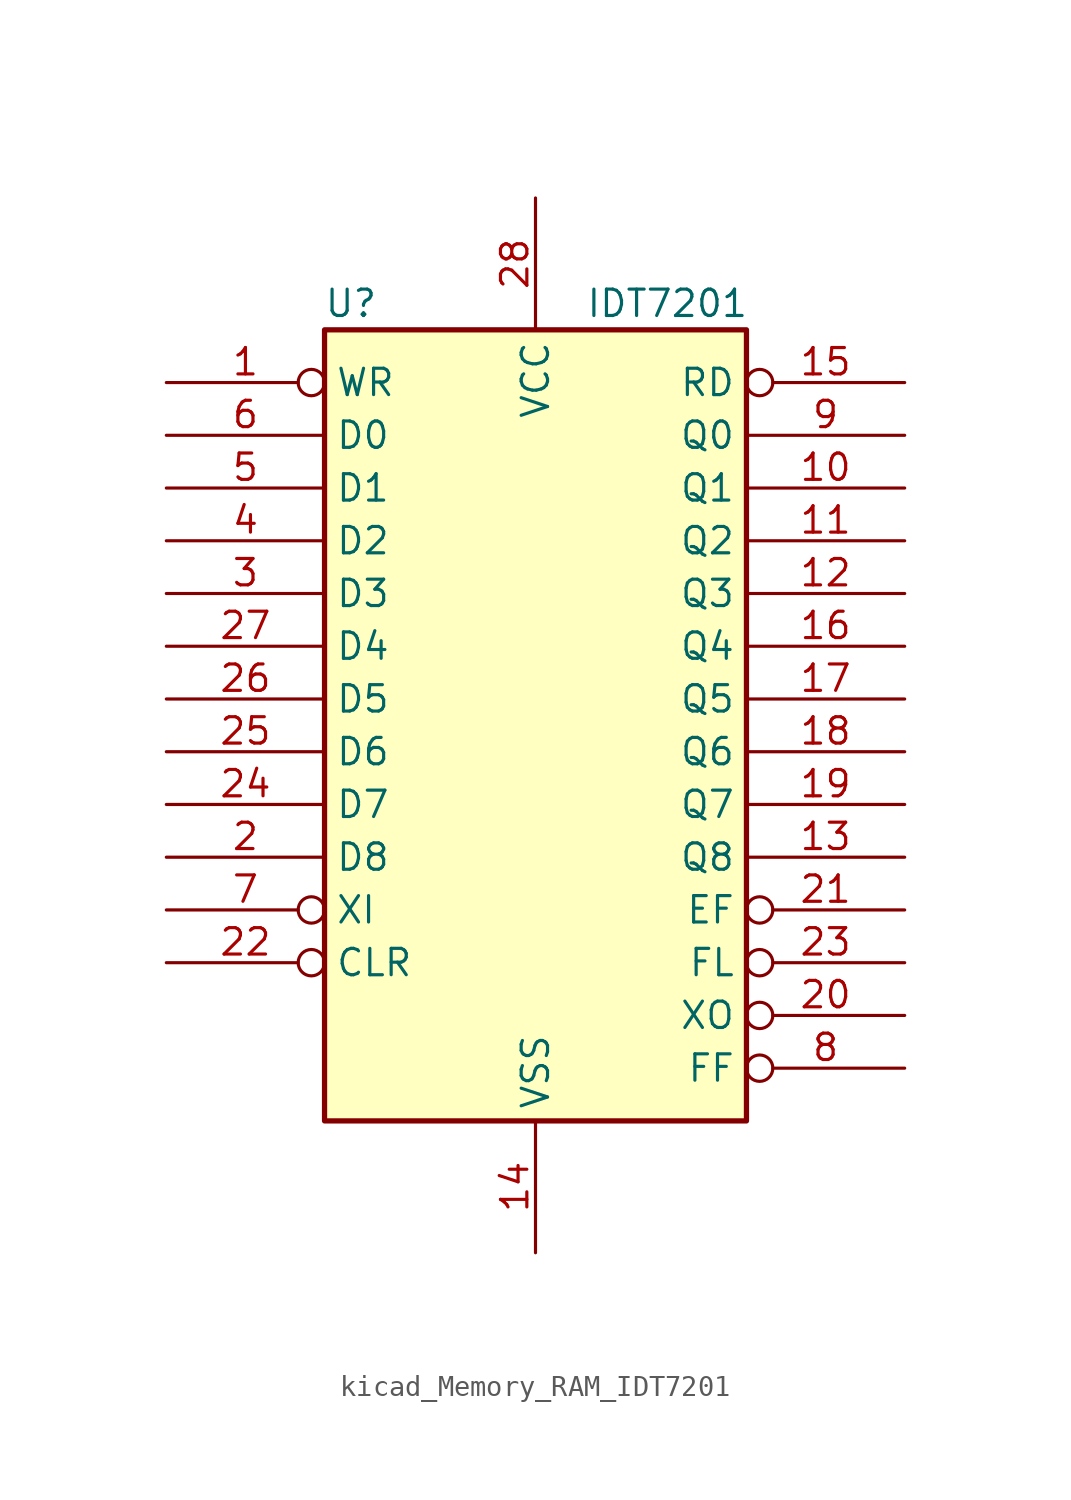
<source format=kicad_sym>
(kicad_symbol_lib
  (version 20220914)
  (generator kicad_symbol_editor)
  (symbol "kicad_Memory_RAM_IDT7201"
    (property "Reference" "U"
      (at -8.89 20.32 0)
      (effects (font (size 1.27 1.27))))
    (property "Value" "IDT7201"
      (at 6.35 20.32 0)
      (effects (font (size 1.27 1.27))))
    (symbol "kicad_Memory_RAM_IDT7201_0_1"
      (rectangle (start -10.16 -19.05) (end 10.16 19.05) (stroke (width 0.254) (type default)) (fill (type background))))
    (symbol "kicad_Memory_RAM_IDT7201_1_1"
      (pin input inverted (at -17.78 16.51 0) (length 7.62) (name "WR" (effects (font (size 1.27 1.27)))) (number "1" (effects (font (size 1.27 1.27)))))
      (pin tri_state line (at 17.78 11.43 180) (length 7.62) (name "Q1" (effects (font (size 1.27 1.27)))) (number "10" (effects (font (size 1.27 1.27)))))
      (pin tri_state line (at 17.78 8.89 180) (length 7.62) (name "Q2" (effects (font (size 1.27 1.27)))) (number "11" (effects (font (size 1.27 1.27)))))
      (pin tri_state line (at 17.78 6.35 180) (length 7.62) (name "Q3" (effects (font (size 1.27 1.27)))) (number "12" (effects (font (size 1.27 1.27)))))
      (pin tri_state line (at 17.78 -6.35 180) (length 7.62) (name "Q8" (effects (font (size 1.27 1.27)))) (number "13" (effects (font (size 1.27 1.27)))))
      (pin power_in line (at 0 -25.4 90) (length 6.35) (name "VSS" (effects (font (size 1.27 1.27)))) (number "14" (effects (font (size 1.27 1.27)))))
      (pin input inverted (at 17.78 16.51 180) (length 7.62) (name "RD" (effects (font (size 1.27 1.27)))) (number "15" (effects (font (size 1.27 1.27)))))
      (pin tri_state line (at 17.78 3.81 180) (length 7.62) (name "Q4" (effects (font (size 1.27 1.27)))) (number "16" (effects (font (size 1.27 1.27)))))
      (pin tri_state line (at 17.78 1.27 180) (length 7.62) (name "Q5" (effects (font (size 1.27 1.27)))) (number "17" (effects (font (size 1.27 1.27)))))
      (pin tri_state line (at 17.78 -1.27 180) (length 7.62) (name "Q6" (effects (font (size 1.27 1.27)))) (number "18" (effects (font (size 1.27 1.27)))))
      (pin tri_state line (at 17.78 -3.81 180) (length 7.62) (name "Q7" (effects (font (size 1.27 1.27)))) (number "19" (effects (font (size 1.27 1.27)))))
      (pin input line (at -17.78 -6.35 0) (length 7.62) (name "D8" (effects (font (size 1.27 1.27)))) (number "2" (effects (font (size 1.27 1.27)))))
      (pin input inverted (at 17.78 -13.97 180) (length 7.62) (name "XO" (effects (font (size 1.27 1.27)))) (number "20" (effects (font (size 1.27 1.27)))))
      (pin output inverted (at 17.78 -8.89 180) (length 7.62) (name "EF" (effects (font (size 1.27 1.27)))) (number "21" (effects (font (size 1.27 1.27)))))
      (pin input inverted (at -17.78 -11.43 0) (length 7.62) (name "CLR" (effects (font (size 1.27 1.27)))) (number "22" (effects (font (size 1.27 1.27)))))
      (pin input inverted (at 17.78 -11.43 180) (length 7.62) (name "FL" (effects (font (size 1.27 1.27)))) (number "23" (effects (font (size 1.27 1.27)))))
      (pin input line (at -17.78 -3.81 0) (length 7.62) (name "D7" (effects (font (size 1.27 1.27)))) (number "24" (effects (font (size 1.27 1.27)))))
      (pin input line (at -17.78 -1.27 0) (length 7.62) (name "D6" (effects (font (size 1.27 1.27)))) (number "25" (effects (font (size 1.27 1.27)))))
      (pin input line (at -17.78 1.27 0) (length 7.62) (name "D5" (effects (font (size 1.27 1.27)))) (number "26" (effects (font (size 1.27 1.27)))))
      (pin input line (at -17.78 3.81 0) (length 7.62) (name "D4" (effects (font (size 1.27 1.27)))) (number "27" (effects (font (size 1.27 1.27)))))
      (pin power_in line (at 0 25.4 270) (length 6.35) (name "VCC" (effects (font (size 1.27 1.27)))) (number "28" (effects (font (size 1.27 1.27)))))
      (pin input line (at -17.78 6.35 0) (length 7.62) (name "D3" (effects (font (size 1.27 1.27)))) (number "3" (effects (font (size 1.27 1.27)))))
      (pin input line (at -17.78 8.89 0) (length 7.62) (name "D2" (effects (font (size 1.27 1.27)))) (number "4" (effects (font (size 1.27 1.27)))))
      (pin input line (at -17.78 11.43 0) (length 7.62) (name "D1" (effects (font (size 1.27 1.27)))) (number "5" (effects (font (size 1.27 1.27)))))
      (pin input line (at -17.78 13.97 0) (length 7.62) (name "D0" (effects (font (size 1.27 1.27)))) (number "6" (effects (font (size 1.27 1.27)))))
      (pin input inverted (at -17.78 -8.89 0) (length 7.62) (name "XI" (effects (font (size 1.27 1.27)))) (number "7" (effects (font (size 1.27 1.27)))))
      (pin output inverted (at 17.78 -16.51 180) (length 7.62) (name "FF" (effects (font (size 1.27 1.27)))) (number "8" (effects (font (size 1.27 1.27)))))
      (pin tri_state line (at 17.78 13.97 180) (length 7.62) (name "Q0" (effects (font (size 1.27 1.27)))) (number "9" (effects (font (size 1.27 1.27))))))))
</source>
